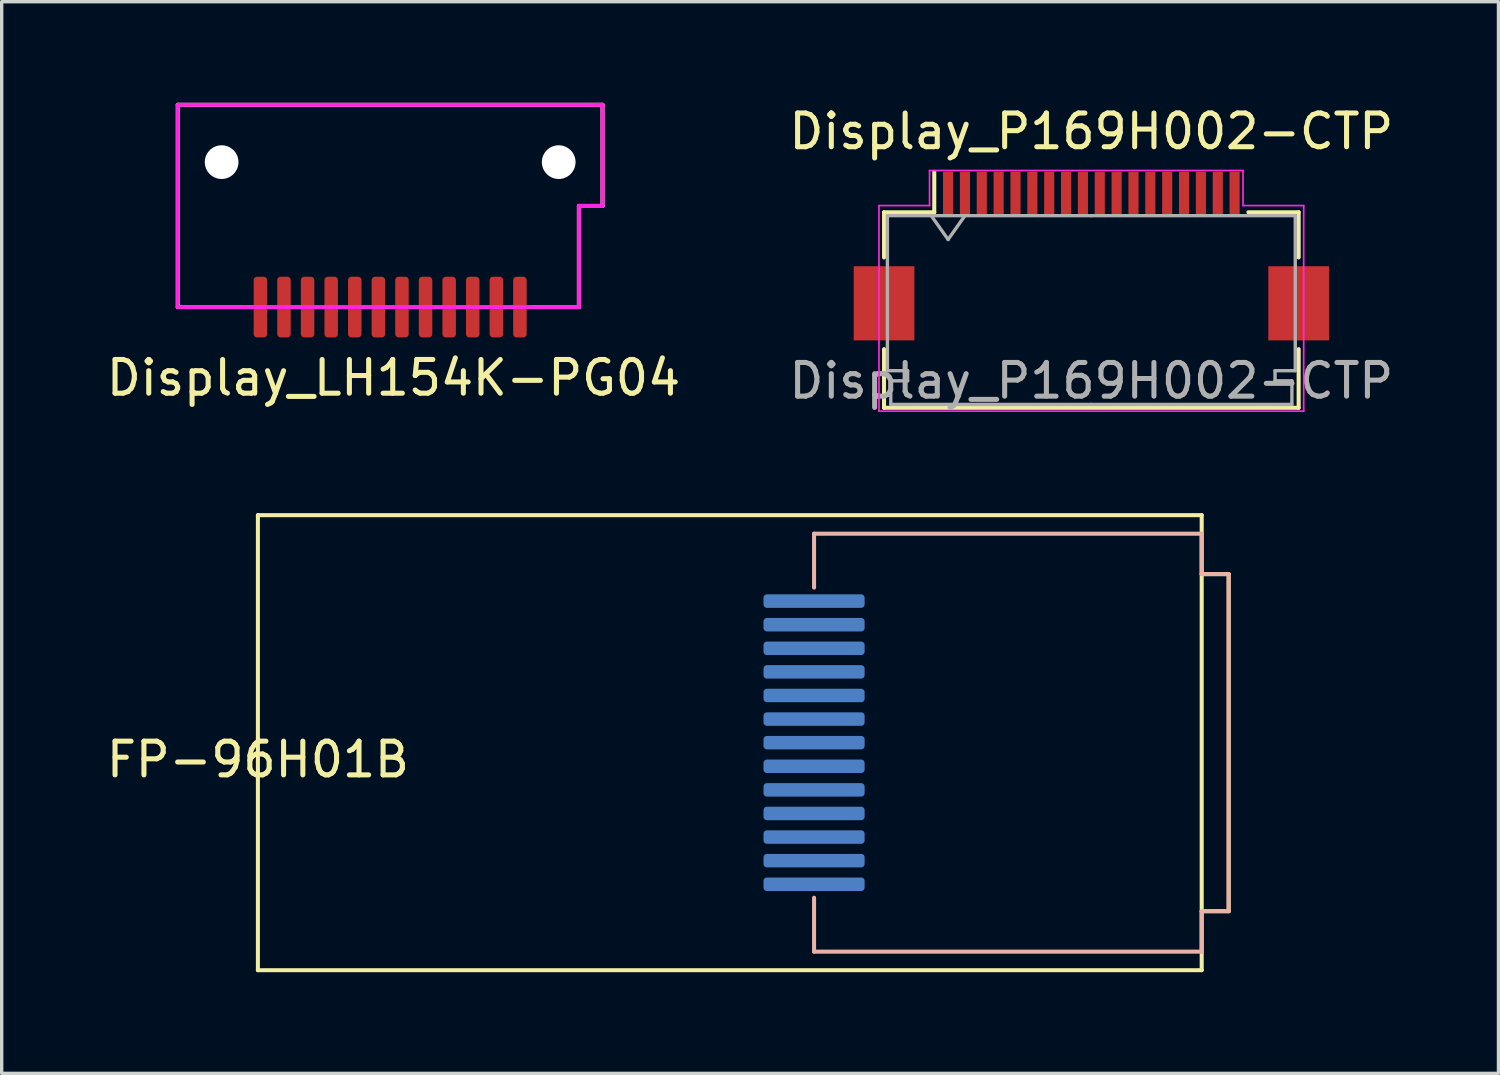
<source format=kicad_pcb>
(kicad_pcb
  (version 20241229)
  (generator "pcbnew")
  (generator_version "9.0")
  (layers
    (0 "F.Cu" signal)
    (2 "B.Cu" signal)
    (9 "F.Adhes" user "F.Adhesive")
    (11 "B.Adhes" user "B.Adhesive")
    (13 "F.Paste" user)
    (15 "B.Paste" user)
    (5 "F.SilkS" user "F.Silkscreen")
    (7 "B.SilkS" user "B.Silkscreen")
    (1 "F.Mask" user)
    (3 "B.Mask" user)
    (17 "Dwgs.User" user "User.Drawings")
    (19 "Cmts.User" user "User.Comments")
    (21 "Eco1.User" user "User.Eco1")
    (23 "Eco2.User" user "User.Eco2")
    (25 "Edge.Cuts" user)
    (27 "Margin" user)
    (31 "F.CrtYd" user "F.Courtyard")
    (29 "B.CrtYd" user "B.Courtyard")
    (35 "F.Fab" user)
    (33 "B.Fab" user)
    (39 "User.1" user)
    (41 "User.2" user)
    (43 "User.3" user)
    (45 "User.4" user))
  (footprint "Display_LH154K-PG04"
    (layer "F.Cu")
    (at 8.525 6.06)
    (property "Reference" "Display_LH154K-PG04" (at 0.1 2.1 0) (layer "F.SilkS") (effects (font (size 1 1) (thickness 0.15))))
    (attr through_hole)
    (fp_line (start -6.3 -6) (end 6.3 -6) (stroke (width 0.12) (type solid)) (layer "F.SilkS"))
    (fp_line (start -6.3 0) (end -6.3 -6) (stroke (width 0.12) (type solid)) (layer "F.SilkS"))
    (fp_line (start -4.1 0) (end -6.3 0) (stroke (width 0.12) (type solid)) (layer "F.SilkS"))
    (fp_line (start 5.6 -3) (end 5.6 0) (stroke (width 0.12) (type solid)) (layer "F.SilkS"))
    (fp_line (start 5.6 0) (end 4.2 0) (stroke (width 0.12) (type solid)) (layer "F.SilkS"))
    (fp_line (start 6.3 -6) (end 6.3 -3) (stroke (width 0.12) (type solid)) (layer "F.SilkS"))
    (fp_line (start 6.3 -3) (end 5.6 -3) (stroke (width 0.12) (type solid)) (layer "F.SilkS"))
    (fp_line (start -6.3 -6) (end -6.3 0) (stroke (width 0.12) (type solid)) (layer "F.CrtYd"))
    (fp_line (start -6.3 0) (end 5.6 0) (stroke (width 0.12) (type solid)) (layer "F.CrtYd"))
    (fp_line (start 5.6 -3) (end 6.3 -3) (stroke (width 0.12) (type solid)) (layer "F.CrtYd"))
    (fp_line (start 5.6 0) (end 5.6 -3) (stroke (width 0.12) (type solid)) (layer "F.CrtYd"))
    (fp_line (start 6.3 -6) (end -6.3 -6) (stroke (width 0.12) (type solid)) (layer "F.CrtYd"))
    (fp_line (start 6.3 -3) (end 6.3 -6) (stroke (width 0.12) (type solid)) (layer "F.CrtYd"))
    (pad "" np_thru_hole circle (at -5 -4.3) (size 1 1) (drill 1) (layers "*.Cu" "*.Mask"))
    (pad "" np_thru_hole circle (at 5 -4.3) (size 1 1) (drill 1) (layers "*.Cu" "*.Mask"))
    (pad "1" smd roundrect (at 3.85 0 180) (size 0.4 1.8) (layers "F.Cu" "F.Mask" "F.Paste") (roundrect_rratio 0.25))
    (pad "2" smd roundrect (at 3.15 0 180) (size 0.4 1.8) (layers "F.Cu" "F.Mask" "F.Paste") (roundrect_rratio 0.25))
    (pad "3" smd roundrect (at 2.45 0 180) (size 0.4 1.8) (layers "F.Cu" "F.Mask" "F.Paste") (roundrect_rratio 0.25))
    (pad "4" smd roundrect (at 1.75 0 180) (size 0.4 1.8) (layers "F.Cu" "F.Mask" "F.Paste") (roundrect_rratio 0.25))
    (pad "5" smd roundrect (at 1.05 0 180) (size 0.4 1.8) (layers "F.Cu" "F.Mask" "F.Paste") (roundrect_rratio 0.25))
    (pad "6" smd roundrect (at 0.35 0 180) (size 0.4 1.8) (layers "F.Cu" "F.Mask" "F.Paste") (roundrect_rratio 0.25))
    (pad "7" smd roundrect (at -0.35 0 180) (size 0.4 1.8) (layers "F.Cu" "F.Mask" "F.Paste") (roundrect_rratio 0.25))
    (pad "8" smd roundrect (at -1.05 0 180) (size 0.4 1.8) (layers "F.Cu" "F.Mask" "F.Paste") (roundrect_rratio 0.25))
    (pad "9" smd roundrect (at -1.75 0 180) (size 0.4 1.8) (layers "F.Cu" "F.Mask" "F.Paste") (roundrect_rratio 0.25))
    (pad "10" smd roundrect (at -2.45 0 180) (size 0.4 1.8) (layers "F.Cu" "F.Mask" "F.Paste") (roundrect_rratio 0.25))
    (pad "11" smd roundrect (at -3.15 0 180) (size 0.4 1.8) (layers "F.Cu" "F.Mask" "F.Paste") (roundrect_rratio 0.25))
    (pad "12" smd roundrect (at -3.85 0 180) (size 0.4 1.8) (layers "F.Cu" "F.Mask" "F.Paste") (roundrect_rratio 0.25)))
  (footprint "Display_P169H002-CTP"
    (layer "F.Cu")
    (at 29.327 4.548)
    (property "Reference" "Display_P169H002-CTP" (at 0 -3.7 0) (layer "F.SilkS") (effects (font (size 1 1) (thickness 0.15))))
    (attr smd)
    (fp_line (start -6.15 -1.3) (end -6.15 0.04) (stroke (width 0.12) (type solid)) (layer "F.SilkS"))
    (fp_line (start -6.15 2.76) (end -6.15 4.5) (stroke (width 0.12) (type solid)) (layer "F.SilkS"))
    (fp_line (start -6.15 4.5) (end 6.15 4.5) (stroke (width 0.12) (type solid)) (layer "F.SilkS"))
    (fp_line (start -4.66 -1.3) (end -6.15 -1.3) (stroke (width 0.12) (type solid)) (layer "F.SilkS"))
    (fp_line (start -4.66 -1.3) (end -4.66 -2.5) (stroke (width 0.12) (type solid)) (layer "F.SilkS"))
    (fp_line (start 4.66 -1.3) (end 6.15 -1.3) (stroke (width 0.12) (type solid)) (layer "F.SilkS"))
    (fp_line (start 6.15 -1.3) (end 6.15 0.04) (stroke (width 0.12) (type solid)) (layer "F.SilkS"))
    (fp_line (start 6.15 4.5) (end 6.15 2.76) (stroke (width 0.12) (type solid)) (layer "F.SilkS"))
    (fp_line (start -6.3 -1.5) (end -4.8 -1.5) (stroke (width 0.05) (type default)) (layer "F.CrtYd"))
    (fp_line (start -6.3 4.6) (end -6.3 -1.5) (stroke (width 0.05) (type default)) (layer "F.CrtYd"))
    (fp_line (start -4.8 -2.54) (end 4.5 -2.54) (stroke (width 0.05) (type default)) (layer "F.CrtYd"))
    (fp_line (start -4.8 -1.5) (end -4.8 -2.54) (stroke (width 0.05) (type default)) (layer "F.CrtYd"))
    (fp_line (start 4.5 -2.54) (end 4.5 -1.5) (stroke (width 0.05) (type default)) (layer "F.CrtYd"))
    (fp_line (start 4.5 -1.5) (end 6.3 -1.5) (stroke (width 0.05) (type default)) (layer "F.CrtYd"))
    (fp_line (start 6.3 -1.5) (end 6.3 4.6) (stroke (width 0.05) (type default)) (layer "F.CrtYd"))
    (fp_line (start 6.3 4.6) (end -6.3 4.6) (stroke (width 0.05) (type default)) (layer "F.CrtYd"))
    (fp_line (start -6.05 -1.2) (end -6.05 3.4) (stroke (width 0.1) (type solid)) (layer "F.Fab"))
    (fp_line (start -6.05 3.4) (end -5.45 3.4) (stroke (width 0.1) (type solid)) (layer "F.Fab"))
    (fp_line (start -5.95 3.7) (end -5.95 4.4) (stroke (width 0.1) (type solid)) (layer "F.Fab"))
    (fp_line (start -5.95 4.4) (end 0 4.4) (stroke (width 0.1) (type solid)) (layer "F.Fab"))
    (fp_line (start -5.45 3.4) (end -5.45 3.7) (stroke (width 0.1) (type solid)) (layer "F.Fab"))
    (fp_line (start -5.45 3.7) (end -5.95 3.7) (stroke (width 0.1) (type solid)) (layer "F.Fab"))
    (fp_line (start -4.75 -1.2) (end -4.25 -0.493) (stroke (width 0.1) (type solid)) (layer "F.Fab"))
    (fp_line (start -4.25 -0.493) (end -3.75 -1.2) (stroke (width 0.1) (type solid)) (layer "F.Fab"))
    (fp_line (start 0 -1.2) (end -6.05 -1.2) (stroke (width 0.1) (type solid)) (layer "F.Fab"))
    (fp_line (start 0 -1.2) (end 6.05 -1.2) (stroke (width 0.1) (type solid)) (layer "F.Fab"))
    (fp_line (start 5.45 3.4) (end 5.45 3.7) (stroke (width 0.1) (type solid)) (layer "F.Fab"))
    (fp_line (start 5.45 3.7) (end 5.95 3.7) (stroke (width 0.1) (type solid)) (layer "F.Fab"))
    (fp_line (start 5.95 3.7) (end 5.95 4.4) (stroke (width 0.1) (type solid)) (layer "F.Fab"))
    (fp_line (start 5.95 4.4) (end 0 4.4) (stroke (width 0.1) (type solid)) (layer "F.Fab"))
    (fp_line (start 6.05 -1.2) (end 6.05 3.4) (stroke (width 0.1) (type solid)) (layer "F.Fab"))
    (fp_line (start 6.05 3.4) (end 5.45 3.4) (stroke (width 0.1) (type solid)) (layer "F.Fab"))
    (fp_text user "${REFERENCE}" (at 0 3.7 0) (layer "F.Fab") (effects (font (size 1 1) (thickness 0.15))))
    (pad "1" smd rect (at 4.25 -1.85) (size 0.3 1.3) (layers "F.Cu" "F.Mask" "F.Paste"))
    (pad "2" smd rect (at 3.75 -1.85) (size 0.3 1.3) (layers "F.Cu" "F.Mask" "F.Paste"))
    (pad "3" smd rect (at 3.25 -1.85) (size 0.3 1.3) (layers "F.Cu" "F.Mask" "F.Paste"))
    (pad "4" smd rect (at 2.75 -1.85) (size 0.3 1.3) (layers "F.Cu" "F.Mask" "F.Paste"))
    (pad "5" smd rect (at 2.25 -1.85) (size 0.3 1.3) (layers "F.Cu" "F.Mask" "F.Paste"))
    (pad "6" smd rect (at 1.75 -1.85) (size 0.3 1.3) (layers "F.Cu" "F.Mask" "F.Paste"))
    (pad "7" smd rect (at 1.25 -1.85) (size 0.3 1.3) (layers "F.Cu" "F.Mask" "F.Paste"))
    (pad "8" smd rect (at 0.75 -1.85) (size 0.3 1.3) (layers "F.Cu" "F.Mask" "F.Paste"))
    (pad "9" smd rect (at 0.25 -1.85) (size 0.3 1.3) (layers "F.Cu" "F.Mask" "F.Paste"))
    (pad "10" smd rect (at -0.25 -1.85) (size 0.3 1.3) (layers "F.Cu" "F.Mask" "F.Paste"))
    (pad "11" smd rect (at -0.75 -1.85) (size 0.3 1.3) (layers "F.Cu" "F.Mask" "F.Paste"))
    (pad "12" smd rect (at -1.25 -1.85) (size 0.3 1.3) (layers "F.Cu" "F.Mask" "F.Paste"))
    (pad "13" smd rect (at -1.75 -1.85) (size 0.3 1.3) (layers "F.Cu" "F.Mask" "F.Paste"))
    (pad "14" smd rect (at -2.25 -1.85) (size 0.3 1.3) (layers "F.Cu" "F.Mask" "F.Paste"))
    (pad "15" smd rect (at -2.75 -1.85) (size 0.3 1.3) (layers "F.Cu" "F.Mask" "F.Paste"))
    (pad "16" smd rect (at -3.25 -1.85) (size 0.3 1.3) (layers "F.Cu" "F.Mask" "F.Paste"))
    (pad "17" smd rect (at -3.75 -1.85) (size 0.3 1.3) (layers "F.Cu" "F.Mask" "F.Paste"))
    (pad "18" smd rect (at -4.25 -1.85) (size 0.3 1.3) (layers "F.Cu" "F.Mask" "F.Paste"))
    (pad "MP" smd rect (at -6.15 1.4) (size 1.8 2.2) (layers "F.Cu" "F.Mask" "F.Paste"))
    (pad "MP" smd rect (at 6.15 1.4) (size 1.8 2.2) (layers "F.Cu" "F.Mask" "F.Paste")))
  (footprint "FP-96H01B"
    (layer "F.Cu")
    (at 4.601 18.983)
    (property "Reference" "FP-96H01B" (at 0 0.5 0) (layer "F.SilkS") (effects (font (size 1 1) (thickness 0.15))))
    (attr through_hole)
    (fp_line (start 0 -6.75) (end 28 -6.75) (stroke (width 0.12) (type solid)) (layer "F.SilkS"))
    (fp_line (start 0 0) (end 0 -6.75) (stroke (width 0.12) (type solid)) (layer "F.SilkS"))
    (fp_line (start 0 6.75) (end 0 0) (stroke (width 0.12) (type solid)) (layer "F.SilkS"))
    (fp_line (start 28 -6.75) (end 28 6.75) (stroke (width 0.12) (type solid)) (layer "F.SilkS"))
    (fp_line (start 28 5) (end 28.8 5) (stroke (width 0.12) (type solid)) (layer "F.SilkS"))
    (fp_line (start 28 6.75) (end 0 6.75) (stroke (width 0.12) (type solid)) (layer "F.SilkS"))
    (fp_line (start 28.8 -5) (end 28 -5) (stroke (width 0.12) (type solid)) (layer "F.SilkS"))
    (fp_line (start 28.8 5) (end 28.8 -5) (stroke (width 0.12) (type solid)) (layer "F.SilkS"))
    (fp_line (start 16.5 -6.2) (end 16.5 -4.6) (stroke (width 0.12) (type solid)) (layer "B.SilkS"))
    (fp_line (start 16.5 6.2) (end 16.5 4.6) (stroke (width 0.12) (type solid)) (layer "B.SilkS"))
    (fp_line (start 28 -6.2) (end 16.5 -6.2) (stroke (width 0.12) (type solid)) (layer "B.SilkS"))
    (fp_line (start 28 -5) (end 28 -6.2) (stroke (width 0.12) (type solid)) (layer "B.SilkS"))
    (fp_line (start 28 -5) (end 28.8 -5) (stroke (width 0.12) (type solid)) (layer "B.SilkS"))
    (fp_line (start 28 5) (end 28 6.2) (stroke (width 0.12) (type solid)) (layer "B.SilkS"))
    (fp_line (start 28 6.2) (end 16.5 6.2) (stroke (width 0.12) (type solid)) (layer "B.SilkS"))
    (fp_line (start 28.8 -5) (end 28.8 5) (stroke (width 0.12) (type solid)) (layer "B.SilkS"))
    (fp_line (start 28.8 5) (end 28 5) (stroke (width 0.12) (type solid)) (layer "B.SilkS"))
    (pad "1" smd roundrect (at 16.5 -4.2) (size 3 0.4) (layers "B.Cu" "B.Mask" "B.Paste") (roundrect_rratio 0.25))
    (pad "2" smd roundrect (at 16.5 -3.5) (size 3 0.4) (layers "B.Cu" "B.Mask" "B.Paste") (roundrect_rratio 0.25))
    (pad "3" smd roundrect (at 16.5 -2.8) (size 3 0.4) (layers "B.Cu" "B.Mask" "B.Paste") (roundrect_rratio 0.25))
    (pad "4" smd roundrect (at 16.5 -2.1) (size 3 0.4) (layers "B.Cu" "B.Mask" "B.Paste") (roundrect_rratio 0.25))
    (pad "5" smd roundrect (at 16.5 -1.4) (size 3 0.4) (layers "B.Cu" "B.Mask" "B.Paste") (roundrect_rratio 0.25))
    (pad "6" smd roundrect (at 16.5 -0.7) (size 3 0.4) (layers "B.Cu" "B.Mask" "B.Paste") (roundrect_rratio 0.25))
    (pad "7" smd roundrect (at 16.5 0) (size 3 0.4) (layers "B.Cu" "B.Mask" "B.Paste") (roundrect_rratio 0.25))
    (pad "8" smd roundrect (at 16.5 0.7) (size 3 0.4) (layers "B.Cu" "B.Mask" "B.Paste") (roundrect_rratio 0.25))
    (pad "9" smd roundrect (at 16.5 1.4) (size 3 0.4) (layers "B.Cu" "B.Mask" "B.Paste") (roundrect_rratio 0.25))
    (pad "10" smd roundrect (at 16.5 2.1) (size 3 0.4) (layers "B.Cu" "B.Mask" "B.Paste") (roundrect_rratio 0.25))
    (pad "11" smd roundrect (at 16.5 2.8) (size 3 0.4) (layers "B.Cu" "B.Mask" "B.Paste") (roundrect_rratio 0.25))
    (pad "12" smd roundrect (at 16.5 3.5) (size 3 0.4) (layers "B.Cu" "B.Mask" "B.Paste") (roundrect_rratio 0.25))
    (pad "13" smd roundrect (at 16.5 4.2) (size 3 0.4) (layers "B.Cu" "B.Mask" "B.Paste") (roundrect_rratio 0.25)))
  (gr_rect
    (start -3 -3)
    (end 41.405 28.793)
    (stroke (width 0.1) (type default))
    (fill no)
    (layer "Edge.Cuts")))
</source>
